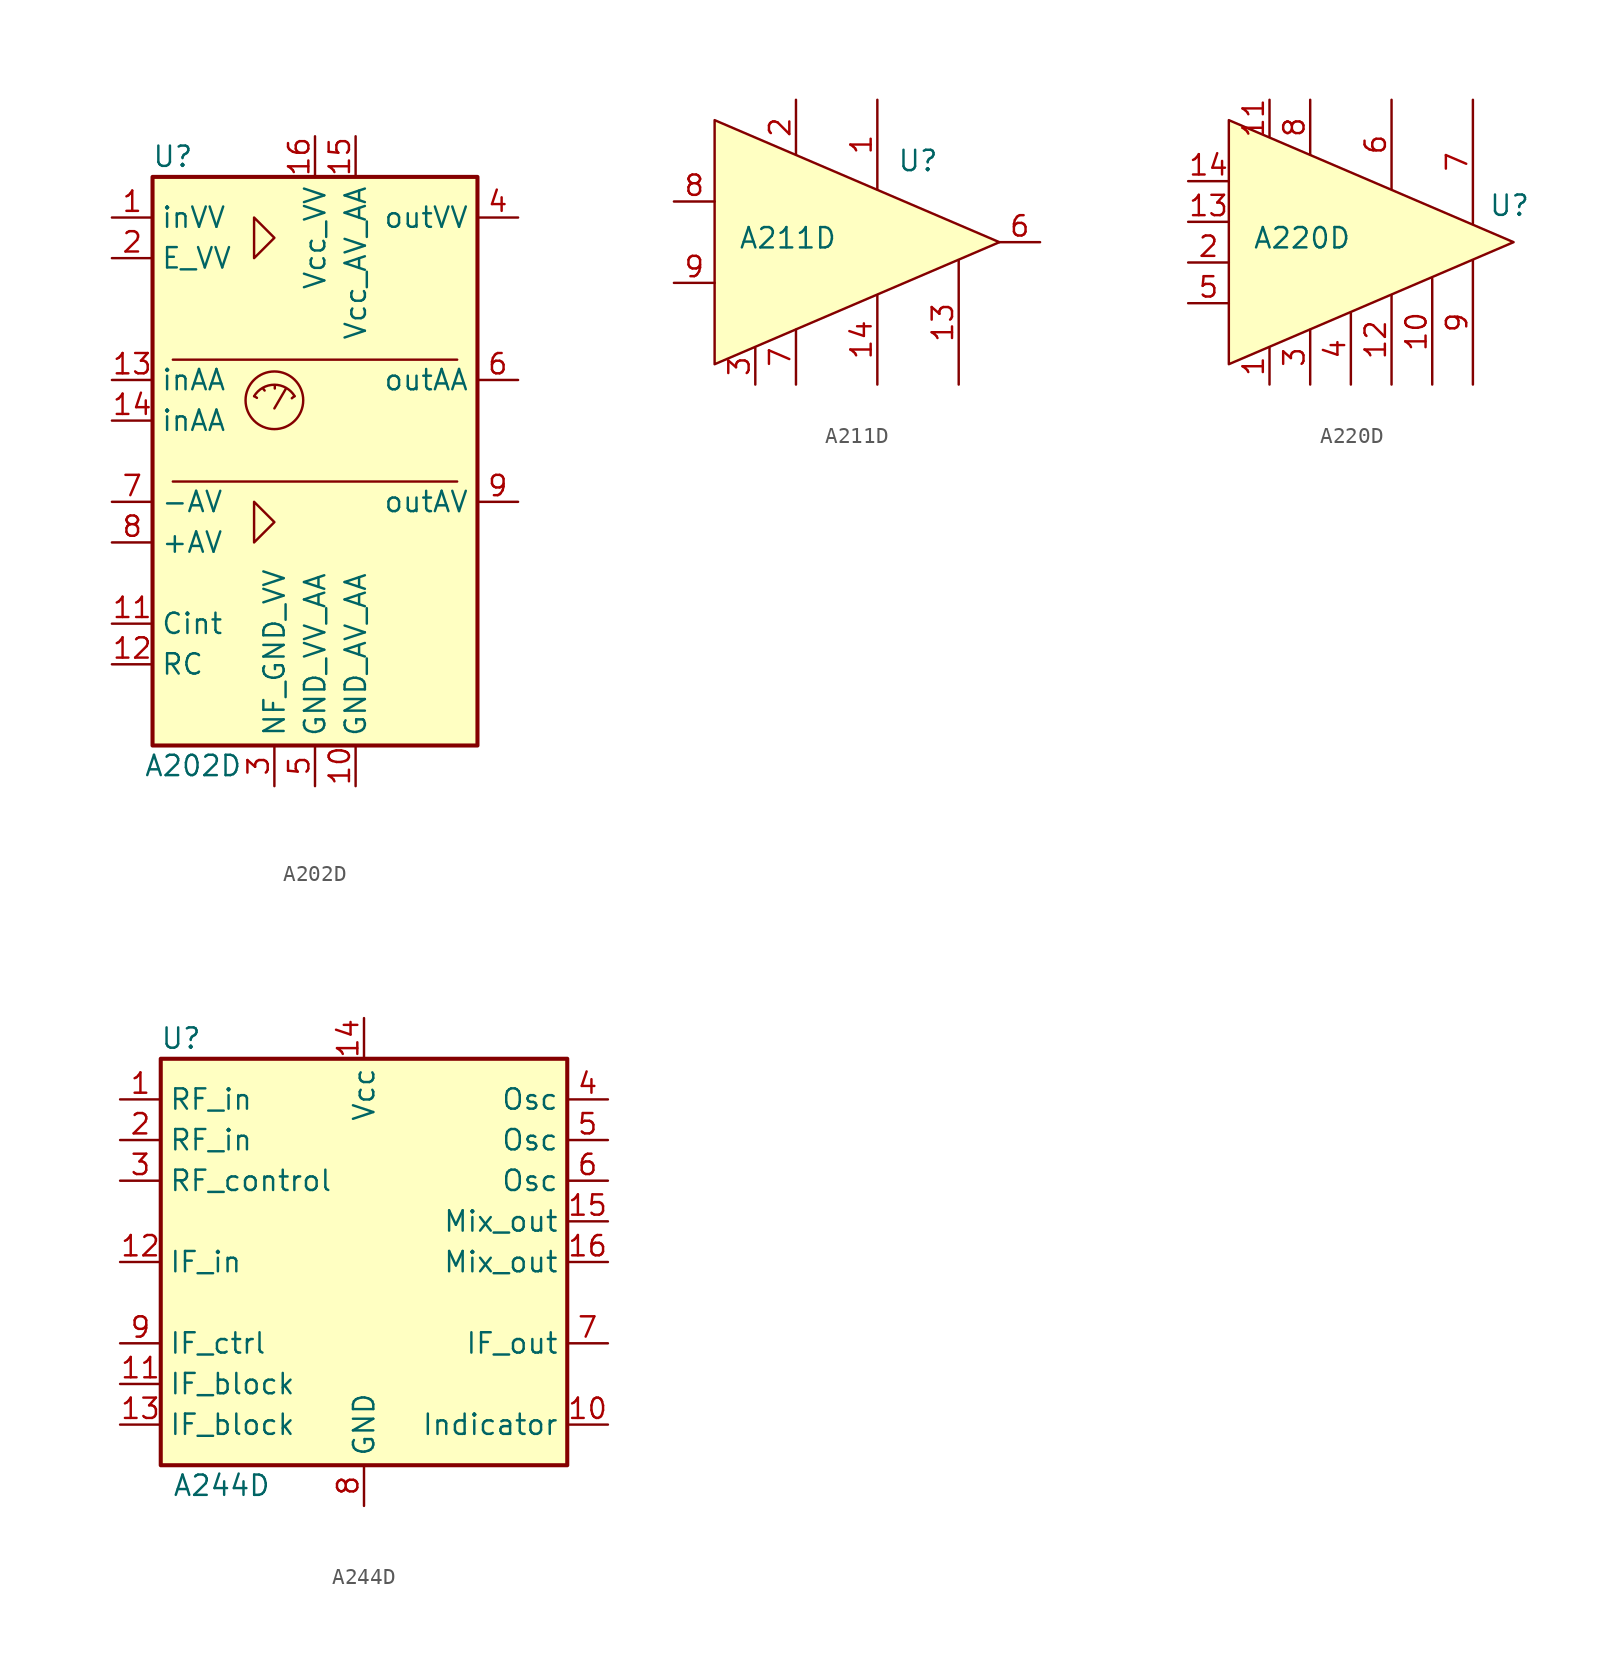
<source format=kicad_sym>
(kicad_symbol_lib
  (version 20241209)
  (generator "kicad_symbol_editor")
  (generator_version "9.0")
  (symbol "A202D"
    (property "Reference" "U"
      (at -8.89 19.05 0)
      (effects (font (size 1.27 1.27))))
    (property "Value" "A202D"
      (at -7.62 -19.05 0)
      (effects (font (size 1.27 1.27))))
    (symbol "A202D_0_1"
      (rectangle (start -10.16 17.78) (end 10.16 -17.78) (stroke (width 0.254) (type default)) (fill (type background)))
      (polyline (pts (xy -8.89 6.35) (xy 8.89 6.35)) (stroke (width 0) (type default)) (fill (type none)))
      (polyline (pts (xy -8.89 -1.27) (xy 8.89 -1.27)) (stroke (width 0) (type default)) (fill (type none)))
      (polyline (pts (xy -3.81 15.24) (xy -2.54 13.97) (xy -3.81 12.7) (xy -3.81 15.24)) (stroke (width 0) (type default)) (fill (type none)))
      (polyline (pts (xy -3.81 -2.54) (xy -2.54 -3.81) (xy -3.81 -5.08) (xy -3.81 -2.54)) (stroke (width 0) (type default)) (fill (type none)))
      (polyline (pts (xy -3.785 4.064) (xy -3.632 3.962)) (stroke (width 0) (type default)) (fill (type none)))
      (polyline (pts (xy -3.251 4.547) (xy -3.15 4.42)) (stroke (width 0) (type default)) (fill (type none)))
      (circle (center -2.54 3.81) (radius 1.803) (stroke (width 0) (type default)) (fill (type none)))
      (arc (start -3.81 4.064) (mid -2.54 4.7831) (end -1.27 4.064) (stroke (width 0) (type default)) (fill (type none)))
      (polyline (pts (xy -2.54 3.302) (xy -1.829 4.521)) (stroke (width 0) (type default)) (fill (type none)))
      (polyline (pts (xy -2.515 4.674) (xy -2.515 4.547)) (stroke (width 0) (type default)) (fill (type none)))
      (polyline (pts (xy -1.295 4.064) (xy -1.448 3.937)) (stroke (width 0) (type default)) (fill (type none))))
    (symbol "A202D_1_1"
      (pin input line (at -12.7 15.24 0) (length 2.54) (name "inVV" (effects (font (size 1.27 1.27)))) (number "1" (effects (font (size 1.27 1.27)))))
      (pin input line (at -12.7 12.7 0) (length 2.54) (name "E_VV" (effects (font (size 1.27 1.27)))) (number "2" (effects (font (size 1.27 1.27)))))
      (pin input line (at -12.7 5.08 0) (length 2.54) (name "inAA" (effects (font (size 1.27 1.27)))) (number "13" (effects (font (size 1.27 1.27)))))
      (pin input line (at -12.7 2.54 0) (length 2.54) (name "inAA" (effects (font (size 1.27 1.27)))) (number "14" (effects (font (size 1.27 1.27)))))
      (pin input line (at -12.7 -2.54 0) (length 2.54) (name "-AV" (effects (font (size 1.27 1.27)))) (number "7" (effects (font (size 1.27 1.27)))))
      (pin input line (at -12.7 -5.08 0) (length 2.54) (name "+AV" (effects (font (size 1.27 1.27)))) (number "8" (effects (font (size 1.27 1.27)))))
      (pin passive line (at -12.7 -10.16 0) (length 2.54) (name "Cint" (effects (font (size 1.27 1.27)))) (number "11" (effects (font (size 1.27 1.27)))))
      (pin passive line (at -12.7 -12.7 0) (length 2.54) (name "RC" (effects (font (size 1.27 1.27)))) (number "12" (effects (font (size 1.27 1.27)))))
      (pin power_in line (at -2.54 -20.32 90) (length 2.54) (name "NF_GND_VV" (effects (font (size 1.27 1.27)))) (number "3" (effects (font (size 1.27 1.27)))))
      (pin power_in line (at 0 20.32 270) (length 2.54) (name "Vcc_VV" (effects (font (size 1.27 1.27)))) (number "16" (effects (font (size 1.27 1.27)))))
      (pin power_in line (at 0 -20.32 90) (length 2.54) (name "GND_VV_AA" (effects (font (size 1.27 1.27)))) (number "5" (effects (font (size 1.27 1.27)))))
      (pin power_in line (at 2.54 20.32 270) (length 2.54) (name "Vcc_AV_AA" (effects (font (size 1.27 1.27)))) (number "15" (effects (font (size 1.27 1.27)))))
      (pin power_in line (at 2.54 -20.32 90) (length 2.54) (name "GND_AV_AA" (effects (font (size 1.27 1.27)))) (number "10" (effects (font (size 1.27 1.27)))))
      (pin output line (at 12.7 15.24 180) (length 2.54) (name "outVV" (effects (font (size 1.27 1.27)))) (number "4" (effects (font (size 1.27 1.27)))))
      (pin output line (at 12.7 5.08 180) (length 2.54) (name "outAA" (effects (font (size 1.27 1.27)))) (number "6" (effects (font (size 1.27 1.27)))))
      (pin output line (at 12.7 -2.54 180) (length 2.54) (name "outAV" (effects (font (size 1.27 1.27)))) (number "9" (effects (font (size 1.27 1.27)))))))
  (symbol "A211D"
    (pin_names
      (hide yes))
    (property "Reference" "U"
      (at 5.08 5.08 0)
      (effects (font (size 1.27 1.27))))
    (property "Value" "A211D"
      (at -3.048 0.254 0)
      (effects (font (size 1.27 1.27))))
    (symbol "A211D_1_1"
      (polyline (pts (xy -7.62 7.62) (xy 10.16 0) (xy -7.62 -7.62) (xy -7.62 7.62)) (stroke (width 0) (type solid)) (fill (type background)))
      (pin input line (at -10.16 2.54 0) (length 2.54) (name "Eingang" (effects (font (size 1.27 1.27)))) (number "8" (effects (font (size 1.27 1.27)))))
      (pin input line (at -10.16 -2.54 0) (length 2.54) (name "Gegenkopplung" (effects (font (size 1.27 1.27)))) (number "9" (effects (font (size 1.27 1.27)))))
      (pin unspecified line (at -5.08 -8.89 90) (length 2.286) (hide yes) (name "Masse" (effects (font (size 1.27 1.27)))) (number "10" (effects (font (size 1.27 1.27)))))
      (pin unspecified line (at -5.08 -8.89 90) (length 2.286) (hide yes) (name "Masse" (effects (font (size 1.27 1.27)))) (number "11" (effects (font (size 1.27 1.27)))))
      (pin unspecified line (at -5.08 -8.89 90) (length 2.286) (hide yes) (name "Masse" (effects (font (size 1.27 1.27)))) (number "12" (effects (font (size 1.27 1.27)))))
      (pin unspecified line (at -5.08 -8.89 90) (length 2.286) (name "Masse" (effects (font (size 1.27 1.27)))) (number "3" (effects (font (size 1.27 1.27)))))
      (pin unspecified line (at -5.08 -8.89 90) (length 2.286) (hide yes) (name "Masse" (effects (font (size 1.27 1.27)))) (number "4" (effects (font (size 1.27 1.27)))))
      (pin unspecified line (at -5.08 -8.89 90) (length 2.286) (hide yes) (name "Masse" (effects (font (size 1.27 1.27)))) (number "5" (effects (font (size 1.27 1.27)))))
      (pin power_in line (at -2.54 8.89 270) (length 3.429) (name "Vcc" (effects (font (size 1.27 1.27)))) (number "2" (effects (font (size 1.27 1.27)))))
      (pin power_in line (at -2.54 -8.89 90) (length 3.429) (name "Masse" (effects (font (size 1.27 1.27)))) (number "7" (effects (font (size 1.27 1.27)))))
      (pin power_in line (at 2.54 8.89 270) (length 5.588) (name "Bootstrap" (effects (font (size 1.27 1.27)))) (number "1" (effects (font (size 1.27 1.27)))))
      (pin passive line (at 2.54 -8.89 90) (length 5.588) (name "F-Komp." (effects (font (size 1.27 1.27)))) (number "14" (effects (font (size 1.27 1.27)))))
      (pin passive line (at 7.62 -8.89 90) (length 7.747) (name "F-Komp." (effects (font (size 1.27 1.27)))) (number "13" (effects (font (size 1.27 1.27)))))
      (pin output line (at 12.7 0 180) (length 2.54) (name "Ausgang" (effects (font (size 1.27 1.27)))) (number "6" (effects (font (size 1.27 1.27)))))))
  (symbol "A220D"
    (pin_names
      (hide yes))
    (property "Reference" "U"
      (at 9.906 1.016 0)
      (effects (font (size 1.27 1.27))))
    (property "Value" "A220D"
      (at -3.048 -1.016 0)
      (effects (font (size 1.27 1.27))))
    (symbol "A220D_1_1"
      (polyline (pts (xy -7.62 6.35) (xy 10.16 -1.27) (xy -7.62 -8.89) (xy -7.62 6.35)) (stroke (width 0) (type solid)) (fill (type background)))
      (pin input line (at -10.16 2.54 0) (length 2.54) (name "Input" (effects (font (size 1.27 1.27)))) (number "14" (effects (font (size 1.27 1.27)))))
      (pin input line (at -10.16 0 0) (length 2.54) (name "Feedback_BIAS" (effects (font (size 1.27 1.27)))) (number "13" (effects (font (size 1.27 1.27)))))
      (pin input line (at -10.16 -2.54 0) (length 2.54) (name "I/P_BIAS" (effects (font (size 1.27 1.27)))) (number "2" (effects (font (size 1.27 1.27)))))
      (pin input line (at -10.16 -5.08 0) (length 2.54) (name "Vol" (effects (font (size 1.27 1.27)))) (number "5" (effects (font (size 1.27 1.27)))))
      (pin power_in line (at -5.08 7.62 270) (length 2.286) (name "+Ve" (effects (font (size 1.27 1.27)))) (number "11" (effects (font (size 1.27 1.27)))))
      (pin power_in line (at -5.08 -10.16 90) (length 2.286) (name "GND" (effects (font (size 1.27 1.27)))) (number "1" (effects (font (size 1.27 1.27)))))
      (pin input line (at -2.54 7.62 270) (length 3.429) (name "Audio_O/P" (effects (font (size 1.27 1.27)))) (number "8" (effects (font (size 1.27 1.27)))))
      (pin open_collector line (at -2.54 -10.16 90) (length 3.429) (name "C" (effects (font (size 1.27 1.27)))) (number "3" (effects (font (size 1.27 1.27)))))
      (pin input line (at 0 -10.16 90) (length 4.445) (name "B" (effects (font (size 1.27 1.27)))) (number "4" (effects (font (size 1.27 1.27)))))
      (pin input line (at 2.54 7.62 270) (length 5.588) (name "LIM_AMP_O/P1" (effects (font (size 1.27 1.27)))) (number "6" (effects (font (size 1.27 1.27)))))
      (pin passive line (at 2.54 -10.16 90) (length 5.588) (name "Zener_O/P" (effects (font (size 1.27 1.27)))) (number "12" (effects (font (size 1.27 1.27)))))
      (pin input line (at 5.08 -10.16 90) (length 6.604) (name "LIM_AMP_O/P2" (effects (font (size 1.27 1.27)))) (number "10" (effects (font (size 1.27 1.27)))))
      (pin passive line (at 7.62 7.62 270) (length 7.747) (name "e" (effects (font (size 1.27 1.27)))) (number "7" (effects (font (size 1.27 1.27)))))
      (pin passive line (at 7.62 -10.16 90) (length 7.747) (name "Tuned_CCT" (effects (font (size 1.27 1.27)))) (number "9" (effects (font (size 1.27 1.27)))))))
  (symbol "A244D"
    (property "Reference" "U"
      (at -11.43 13.97 0)
      (effects (font (size 1.27 1.27))))
    (property "Value" "A244D"
      (at -8.89 -13.97 0)
      (effects (font (size 1.27 1.27))))
    (symbol "A244D_0_1"
      (rectangle (start -12.7 12.7) (end 12.7 -12.7) (stroke (width 0.254) (type default)) (fill (type background))))
    (symbol "A244D_1_1"
      (pin input line (at -15.24 10.16 0) (length 2.54) (name "RF_in" (effects (font (size 1.27 1.27)))) (number "1" (effects (font (size 1.27 1.27)))))
      (pin input line (at -15.24 7.62 0) (length 2.54) (name "RF_in" (effects (font (size 1.27 1.27)))) (number "2" (effects (font (size 1.27 1.27)))))
      (pin input line (at -15.24 5.08 0) (length 2.54) (name "RF_control" (effects (font (size 1.27 1.27)))) (number "3" (effects (font (size 1.27 1.27)))))
      (pin input line (at -15.24 0 0) (length 2.54) (name "IF_in" (effects (font (size 1.27 1.27)))) (number "12" (effects (font (size 1.27 1.27)))))
      (pin input line (at -15.24 -5.08 0) (length 2.54) (name "IF_ctrl" (effects (font (size 1.27 1.27)))) (number "9" (effects (font (size 1.27 1.27)))))
      (pin passive line (at -15.24 -7.62 0) (length 2.54) (name "IF_block" (effects (font (size 1.27 1.27)))) (number "11" (effects (font (size 1.27 1.27)))))
      (pin passive line (at -15.24 -10.16 0) (length 2.54) (name "IF_block" (effects (font (size 1.27 1.27)))) (number "13" (effects (font (size 1.27 1.27)))))
      (pin power_in line (at 0 15.24 270) (length 2.54) (name "Vcc" (effects (font (size 1.27 1.27)))) (number "14" (effects (font (size 1.27 1.27)))))
      (pin power_in line (at 0 -15.24 90) (length 2.54) (name "GND" (effects (font (size 1.27 1.27)))) (number "8" (effects (font (size 1.27 1.27)))))
      (pin input line (at 15.24 10.16 180) (length 2.54) (name "Osc" (effects (font (size 1.27 1.27)))) (number "4" (effects (font (size 1.27 1.27)))))
      (pin input line (at 15.24 7.62 180) (length 2.54) (name "Osc" (effects (font (size 1.27 1.27)))) (number "5" (effects (font (size 1.27 1.27)))))
      (pin input line (at 15.24 5.08 180) (length 2.54) (name "Osc" (effects (font (size 1.27 1.27)))) (number "6" (effects (font (size 1.27 1.27)))))
      (pin output line (at 15.24 2.54 180) (length 2.54) (name "Mix_out" (effects (font (size 1.27 1.27)))) (number "15" (effects (font (size 1.27 1.27)))))
      (pin output line (at 15.24 0 180) (length 2.54) (name "Mix_out" (effects (font (size 1.27 1.27)))) (number "16" (effects (font (size 1.27 1.27)))))
      (pin output line (at 15.24 -5.08 180) (length 2.54) (name "IF_out" (effects (font (size 1.27 1.27)))) (number "7" (effects (font (size 1.27 1.27)))))
      (pin output line (at 15.24 -10.16 180) (length 2.54) (name "Indicator" (effects (font (size 1.27 1.27)))) (number "10" (effects (font (size 1.27 1.27))))))))
</source>
